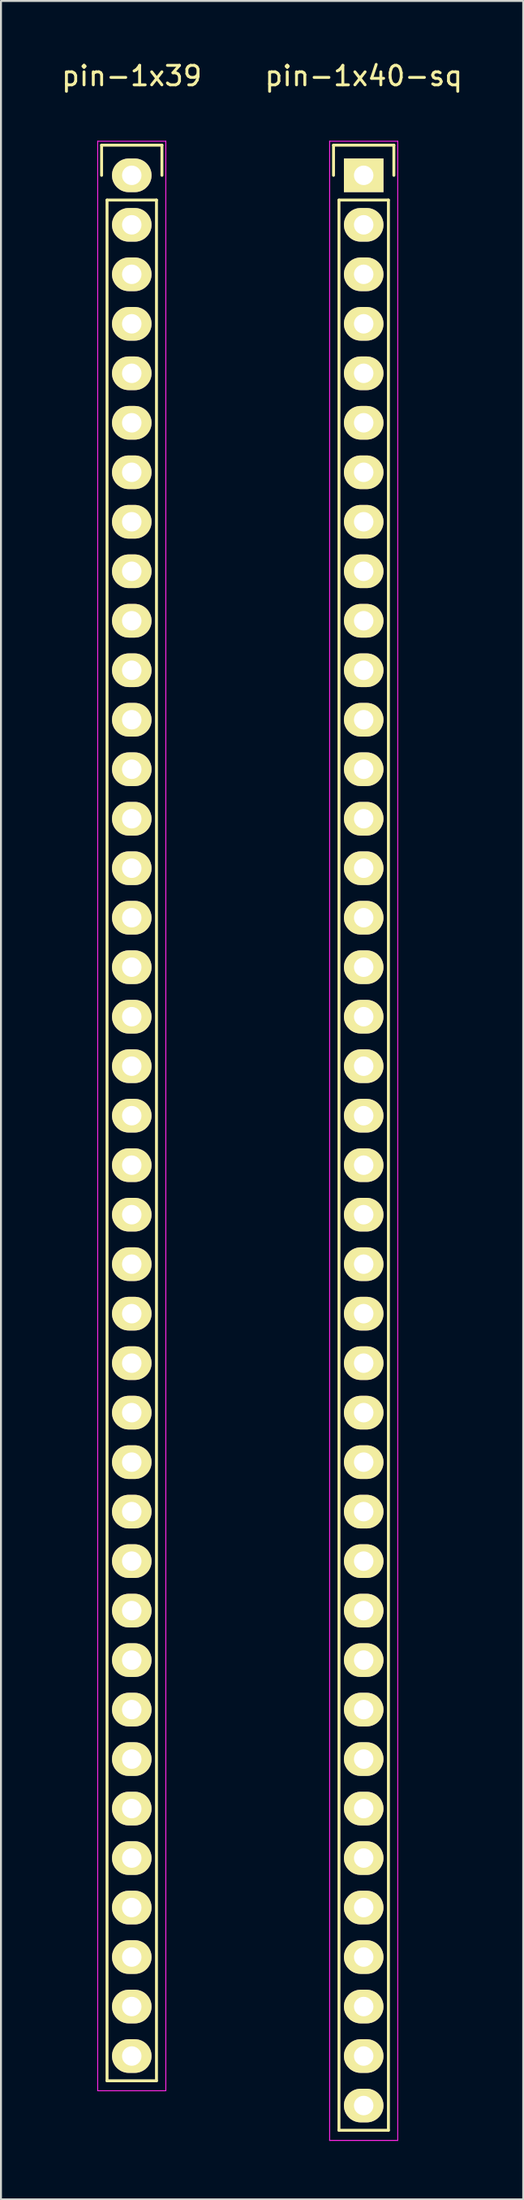
<source format=kicad_pcb>
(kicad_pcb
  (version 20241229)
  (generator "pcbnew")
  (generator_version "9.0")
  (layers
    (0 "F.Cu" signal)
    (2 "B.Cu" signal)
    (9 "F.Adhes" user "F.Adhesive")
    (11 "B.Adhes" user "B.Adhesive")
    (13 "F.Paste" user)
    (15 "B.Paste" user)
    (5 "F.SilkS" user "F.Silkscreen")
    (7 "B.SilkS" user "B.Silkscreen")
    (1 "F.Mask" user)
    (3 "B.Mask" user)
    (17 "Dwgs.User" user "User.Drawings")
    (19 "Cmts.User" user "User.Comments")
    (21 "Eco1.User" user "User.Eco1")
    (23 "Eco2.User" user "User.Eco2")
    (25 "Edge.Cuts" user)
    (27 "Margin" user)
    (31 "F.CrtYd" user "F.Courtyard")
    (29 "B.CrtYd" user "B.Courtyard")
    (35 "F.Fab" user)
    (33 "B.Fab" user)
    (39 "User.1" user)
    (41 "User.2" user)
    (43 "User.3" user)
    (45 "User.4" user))
  (footprint "pin-1x40-sq"
    (layer "F.Cu")
    (at 15.637 5.948)
    (property "Reference" "pin-1x40-sq" (at 0 -5.1 0) (layer "F.SilkS") (effects (font (size 1 1) (thickness 0.15))))
    (attr through_hole)
    (fp_line (start -1.55 -1.55) (end 1.55 -1.55) (stroke (width 0.15) (type solid)) (layer "F.SilkS"))
    (fp_line (start -1.55 0) (end -1.55 -1.55) (stroke (width 0.15) (type solid)) (layer "F.SilkS"))
    (fp_line (start -1.27 1.27) (end -1.27 100.33) (stroke (width 0.15) (type solid)) (layer "F.SilkS"))
    (fp_line (start -1.27 100.33) (end 1.27 100.33) (stroke (width 0.15) (type solid)) (layer "F.SilkS"))
    (fp_line (start 1.27 1.27) (end -1.27 1.27) (stroke (width 0.15) (type solid)) (layer "F.SilkS"))
    (fp_line (start 1.27 100.33) (end 1.27 1.27) (stroke (width 0.15) (type solid)) (layer "F.SilkS"))
    (fp_line (start 1.55 -1.55) (end 1.55 0) (stroke (width 0.15) (type solid)) (layer "F.SilkS"))
    (fp_line (start -1.75 -1.75) (end -1.75 100.85) (stroke (width 0.05) (type solid)) (layer "F.CrtYd"))
    (fp_line (start -1.75 -1.75) (end 1.75 -1.75) (stroke (width 0.05) (type solid)) (layer "F.CrtYd"))
    (fp_line (start -1.75 100.85) (end 1.75 100.85) (stroke (width 0.05) (type solid)) (layer "F.CrtYd"))
    (fp_line (start 1.75 -1.75) (end 1.75 100.85) (stroke (width 0.05) (type solid)) (layer "F.CrtYd"))
    (pad "1" thru_hole rect (at 0 0) (size 2.032 1.727) (drill 1) (layers "*.Cu" "*.Mask" "F.SilkS"))
    (pad "2" thru_hole oval (at 0 2.54) (size 2.032 1.727) (drill 1) (layers "*.Cu" "*.Mask" "F.SilkS"))
    (pad "3" thru_hole oval (at 0 5.08) (size 2.032 1.727) (drill 1) (layers "*.Cu" "*.Mask" "F.SilkS"))
    (pad "4" thru_hole oval (at 0 7.62) (size 2.032 1.727) (drill 1) (layers "*.Cu" "*.Mask" "F.SilkS"))
    (pad "5" thru_hole oval (at 0 10.16) (size 2.032 1.727) (drill 1) (layers "*.Cu" "*.Mask" "F.SilkS"))
    (pad "6" thru_hole oval (at 0 12.7) (size 2.032 1.727) (drill 1) (layers "*.Cu" "*.Mask" "F.SilkS"))
    (pad "7" thru_hole oval (at 0 15.24) (size 2.032 1.727) (drill 1) (layers "*.Cu" "*.Mask" "F.SilkS"))
    (pad "8" thru_hole oval (at 0 17.78) (size 2.032 1.727) (drill 1) (layers "*.Cu" "*.Mask" "F.SilkS"))
    (pad "9" thru_hole oval (at 0 20.32) (size 2.032 1.727) (drill 1) (layers "*.Cu" "*.Mask" "F.SilkS"))
    (pad "10" thru_hole oval (at 0 22.86) (size 2.032 1.727) (drill 1) (layers "*.Cu" "*.Mask" "F.SilkS"))
    (pad "11" thru_hole oval (at 0 25.4) (size 2.032 1.727) (drill 1) (layers "*.Cu" "*.Mask" "F.SilkS"))
    (pad "12" thru_hole oval (at 0 27.94) (size 2.032 1.727) (drill 1) (layers "*.Cu" "*.Mask" "F.SilkS"))
    (pad "13" thru_hole oval (at 0 30.48) (size 2.032 1.727) (drill 1) (layers "*.Cu" "*.Mask" "F.SilkS"))
    (pad "14" thru_hole oval (at 0 33.02) (size 2.032 1.727) (drill 1) (layers "*.Cu" "*.Mask" "F.SilkS"))
    (pad "15" thru_hole oval (at 0 35.56) (size 2.032 1.727) (drill 1) (layers "*.Cu" "*.Mask" "F.SilkS"))
    (pad "16" thru_hole oval (at 0 38.1) (size 2.032 1.727) (drill 1) (layers "*.Cu" "*.Mask" "F.SilkS"))
    (pad "17" thru_hole oval (at 0 40.64) (size 2.032 1.727) (drill 1) (layers "*.Cu" "*.Mask" "F.SilkS"))
    (pad "18" thru_hole oval (at 0 43.18) (size 2.032 1.727) (drill 1) (layers "*.Cu" "*.Mask" "F.SilkS"))
    (pad "19" thru_hole oval (at 0 45.72) (size 2.032 1.727) (drill 1) (layers "*.Cu" "*.Mask" "F.SilkS"))
    (pad "20" thru_hole oval (at 0 48.26) (size 2.032 1.727) (drill 1) (layers "*.Cu" "*.Mask" "F.SilkS"))
    (pad "21" thru_hole oval (at 0 50.8) (size 2.032 1.727) (drill 1) (layers "*.Cu" "*.Mask" "F.SilkS"))
    (pad "22" thru_hole oval (at 0 53.34) (size 2.032 1.727) (drill 1) (layers "*.Cu" "*.Mask" "F.SilkS"))
    (pad "23" thru_hole oval (at 0 55.88) (size 2.032 1.727) (drill 1) (layers "*.Cu" "*.Mask" "F.SilkS"))
    (pad "24" thru_hole oval (at 0 58.42) (size 2.032 1.727) (drill 1) (layers "*.Cu" "*.Mask" "F.SilkS"))
    (pad "25" thru_hole oval (at 0 60.96) (size 2.032 1.727) (drill 1) (layers "*.Cu" "*.Mask" "F.SilkS"))
    (pad "26" thru_hole oval (at 0 63.5) (size 2.032 1.727) (drill 1) (layers "*.Cu" "*.Mask" "F.SilkS"))
    (pad "27" thru_hole oval (at 0 66.04) (size 2.032 1.727) (drill 1) (layers "*.Cu" "*.Mask" "F.SilkS"))
    (pad "28" thru_hole oval (at 0 68.58) (size 2.032 1.727) (drill 1) (layers "*.Cu" "*.Mask" "F.SilkS"))
    (pad "29" thru_hole oval (at 0 71.12) (size 2.032 1.727) (drill 1) (layers "*.Cu" "*.Mask" "F.SilkS"))
    (pad "30" thru_hole oval (at 0 73.66) (size 2.032 1.727) (drill 1) (layers "*.Cu" "*.Mask" "F.SilkS"))
    (pad "31" thru_hole oval (at 0 76.2) (size 2.032 1.727) (drill 1) (layers "*.Cu" "*.Mask" "F.SilkS"))
    (pad "32" thru_hole oval (at 0 78.74) (size 2.032 1.727) (drill 1) (layers "*.Cu" "*.Mask" "F.SilkS"))
    (pad "33" thru_hole oval (at 0 81.28) (size 2.032 1.727) (drill 1) (layers "*.Cu" "*.Mask" "F.SilkS"))
    (pad "34" thru_hole oval (at 0 83.82) (size 2.032 1.727) (drill 1) (layers "*.Cu" "*.Mask" "F.SilkS"))
    (pad "35" thru_hole oval (at 0 86.36) (size 2.032 1.727) (drill 1) (layers "*.Cu" "*.Mask" "F.SilkS"))
    (pad "36" thru_hole oval (at 0 88.9) (size 2.032 1.727) (drill 1) (layers "*.Cu" "*.Mask" "F.SilkS"))
    (pad "37" thru_hole oval (at 0 91.44) (size 2.032 1.727) (drill 1) (layers "*.Cu" "*.Mask" "F.SilkS"))
    (pad "38" thru_hole oval (at 0 93.98) (size 2.032 1.727) (drill 1) (layers "*.Cu" "*.Mask" "F.SilkS"))
    (pad "39" thru_hole oval (at 0 96.52) (size 2.032 1.727) (drill 1) (layers "*.Cu" "*.Mask" "F.SilkS"))
    (pad "40" thru_hole oval (at 0 99.06) (size 2.032 1.727) (drill 1) (layers "*.Cu" "*.Mask" "F.SilkS")))
  (footprint "pin-1x39"
    (layer "F.Cu")
    (at 3.72 5.948)
    (property "Reference" "pin-1x39" (at 0 -5.1 0) (layer "F.SilkS") (effects (font (size 1 1) (thickness 0.15))))
    (attr through_hole)
    (fp_line (start -1.55 -1.55) (end 1.55 -1.55) (stroke (width 0.15) (type solid)) (layer "F.SilkS"))
    (fp_line (start -1.55 0) (end -1.55 -1.55) (stroke (width 0.15) (type solid)) (layer "F.SilkS"))
    (fp_line (start -1.27 1.27) (end -1.27 97.79) (stroke (width 0.15) (type solid)) (layer "F.SilkS"))
    (fp_line (start -1.27 97.79) (end 1.27 97.79) (stroke (width 0.15) (type solid)) (layer "F.SilkS"))
    (fp_line (start 1.27 1.27) (end -1.27 1.27) (stroke (width 0.15) (type solid)) (layer "F.SilkS"))
    (fp_line (start 1.27 97.79) (end 1.27 1.27) (stroke (width 0.15) (type solid)) (layer "F.SilkS"))
    (fp_line (start 1.55 -1.55) (end 1.55 0) (stroke (width 0.15) (type solid)) (layer "F.SilkS"))
    (fp_line (start -1.75 -1.75) (end -1.75 98.3) (stroke (width 0.05) (type solid)) (layer "F.CrtYd"))
    (fp_line (start -1.75 -1.75) (end 1.75 -1.75) (stroke (width 0.05) (type solid)) (layer "F.CrtYd"))
    (fp_line (start -1.75 98.3) (end 1.75 98.3) (stroke (width 0.05) (type solid)) (layer "F.CrtYd"))
    (fp_line (start 1.75 -1.75) (end 1.75 98.3) (stroke (width 0.05) (type solid)) (layer "F.CrtYd"))
    (pad "1" thru_hole oval (at 0 0) (size 2.032 1.727) (drill 1) (layers "*.Cu" "*.Mask" "F.SilkS"))
    (pad "2" thru_hole oval (at 0 2.54) (size 2.032 1.727) (drill 1) (layers "*.Cu" "*.Mask" "F.SilkS"))
    (pad "3" thru_hole oval (at 0 5.08) (size 2.032 1.727) (drill 1) (layers "*.Cu" "*.Mask" "F.SilkS"))
    (pad "4" thru_hole oval (at 0 7.62) (size 2.032 1.727) (drill 1) (layers "*.Cu" "*.Mask" "F.SilkS"))
    (pad "5" thru_hole oval (at 0 10.16) (size 2.032 1.727) (drill 1) (layers "*.Cu" "*.Mask" "F.SilkS"))
    (pad "6" thru_hole oval (at 0 12.7) (size 2.032 1.727) (drill 1) (layers "*.Cu" "*.Mask" "F.SilkS"))
    (pad "7" thru_hole oval (at 0 15.24) (size 2.032 1.727) (drill 1) (layers "*.Cu" "*.Mask" "F.SilkS"))
    (pad "8" thru_hole oval (at 0 17.78) (size 2.032 1.727) (drill 1) (layers "*.Cu" "*.Mask" "F.SilkS"))
    (pad "9" thru_hole oval (at 0 20.32) (size 2.032 1.727) (drill 1) (layers "*.Cu" "*.Mask" "F.SilkS"))
    (pad "10" thru_hole oval (at 0 22.86) (size 2.032 1.727) (drill 1) (layers "*.Cu" "*.Mask" "F.SilkS"))
    (pad "11" thru_hole oval (at 0 25.4) (size 2.032 1.727) (drill 1) (layers "*.Cu" "*.Mask" "F.SilkS"))
    (pad "12" thru_hole oval (at 0 27.94) (size 2.032 1.727) (drill 1) (layers "*.Cu" "*.Mask" "F.SilkS"))
    (pad "13" thru_hole oval (at 0 30.48) (size 2.032 1.727) (drill 1) (layers "*.Cu" "*.Mask" "F.SilkS"))
    (pad "14" thru_hole oval (at 0 33.02) (size 2.032 1.727) (drill 1) (layers "*.Cu" "*.Mask" "F.SilkS"))
    (pad "15" thru_hole oval (at 0 35.56) (size 2.032 1.727) (drill 1) (layers "*.Cu" "*.Mask" "F.SilkS"))
    (pad "16" thru_hole oval (at 0 38.1) (size 2.032 1.727) (drill 1) (layers "*.Cu" "*.Mask" "F.SilkS"))
    (pad "17" thru_hole oval (at 0 40.64) (size 2.032 1.727) (drill 1) (layers "*.Cu" "*.Mask" "F.SilkS"))
    (pad "18" thru_hole oval (at 0 43.18) (size 2.032 1.727) (drill 1) (layers "*.Cu" "*.Mask" "F.SilkS"))
    (pad "19" thru_hole oval (at 0 45.72) (size 2.032 1.727) (drill 1) (layers "*.Cu" "*.Mask" "F.SilkS"))
    (pad "20" thru_hole oval (at 0 48.26) (size 2.032 1.727) (drill 1) (layers "*.Cu" "*.Mask" "F.SilkS"))
    (pad "21" thru_hole oval (at 0 50.8) (size 2.032 1.727) (drill 1) (layers "*.Cu" "*.Mask" "F.SilkS"))
    (pad "22" thru_hole oval (at 0 53.34) (size 2.032 1.727) (drill 1) (layers "*.Cu" "*.Mask" "F.SilkS"))
    (pad "23" thru_hole oval (at 0 55.88) (size 2.032 1.727) (drill 1) (layers "*.Cu" "*.Mask" "F.SilkS"))
    (pad "24" thru_hole oval (at 0 58.42) (size 2.032 1.727) (drill 1) (layers "*.Cu" "*.Mask" "F.SilkS"))
    (pad "25" thru_hole oval (at 0 60.96) (size 2.032 1.727) (drill 1) (layers "*.Cu" "*.Mask" "F.SilkS"))
    (pad "26" thru_hole oval (at 0 63.5) (size 2.032 1.727) (drill 1) (layers "*.Cu" "*.Mask" "F.SilkS"))
    (pad "27" thru_hole oval (at 0 66.04) (size 2.032 1.727) (drill 1) (layers "*.Cu" "*.Mask" "F.SilkS"))
    (pad "28" thru_hole oval (at 0 68.58) (size 2.032 1.727) (drill 1) (layers "*.Cu" "*.Mask" "F.SilkS"))
    (pad "29" thru_hole oval (at 0 71.12) (size 2.032 1.727) (drill 1) (layers "*.Cu" "*.Mask" "F.SilkS"))
    (pad "30" thru_hole oval (at 0 73.66) (size 2.032 1.727) (drill 1) (layers "*.Cu" "*.Mask" "F.SilkS"))
    (pad "31" thru_hole oval (at 0 76.2) (size 2.032 1.727) (drill 1) (layers "*.Cu" "*.Mask" "F.SilkS"))
    (pad "32" thru_hole oval (at 0 78.74) (size 2.032 1.727) (drill 1) (layers "*.Cu" "*.Mask" "F.SilkS"))
    (pad "33" thru_hole oval (at 0 81.28) (size 2.032 1.727) (drill 1) (layers "*.Cu" "*.Mask" "F.SilkS"))
    (pad "34" thru_hole oval (at 0 83.82) (size 2.032 1.727) (drill 1) (layers "*.Cu" "*.Mask" "F.SilkS"))
    (pad "35" thru_hole oval (at 0 86.36) (size 2.032 1.727) (drill 1) (layers "*.Cu" "*.Mask" "F.SilkS"))
    (pad "36" thru_hole oval (at 0 88.9) (size 2.032 1.727) (drill 1) (layers "*.Cu" "*.Mask" "F.SilkS"))
    (pad "37" thru_hole oval (at 0 91.44) (size 2.032 1.727) (drill 1) (layers "*.Cu" "*.Mask" "F.SilkS"))
    (pad "38" thru_hole oval (at 0 93.98) (size 2.032 1.727) (drill 1) (layers "*.Cu" "*.Mask" "F.SilkS"))
    (pad "39" thru_hole oval (at 0 96.52) (size 2.032 1.727) (drill 1) (layers "*.Cu" "*.Mask" "F.SilkS")))
  (gr_rect
    (start -3 -3)
    (end 23.833 109.823)
    (stroke (width 0.1) (type default))
    (fill no)
    (layer "Edge.Cuts")))
</source>
